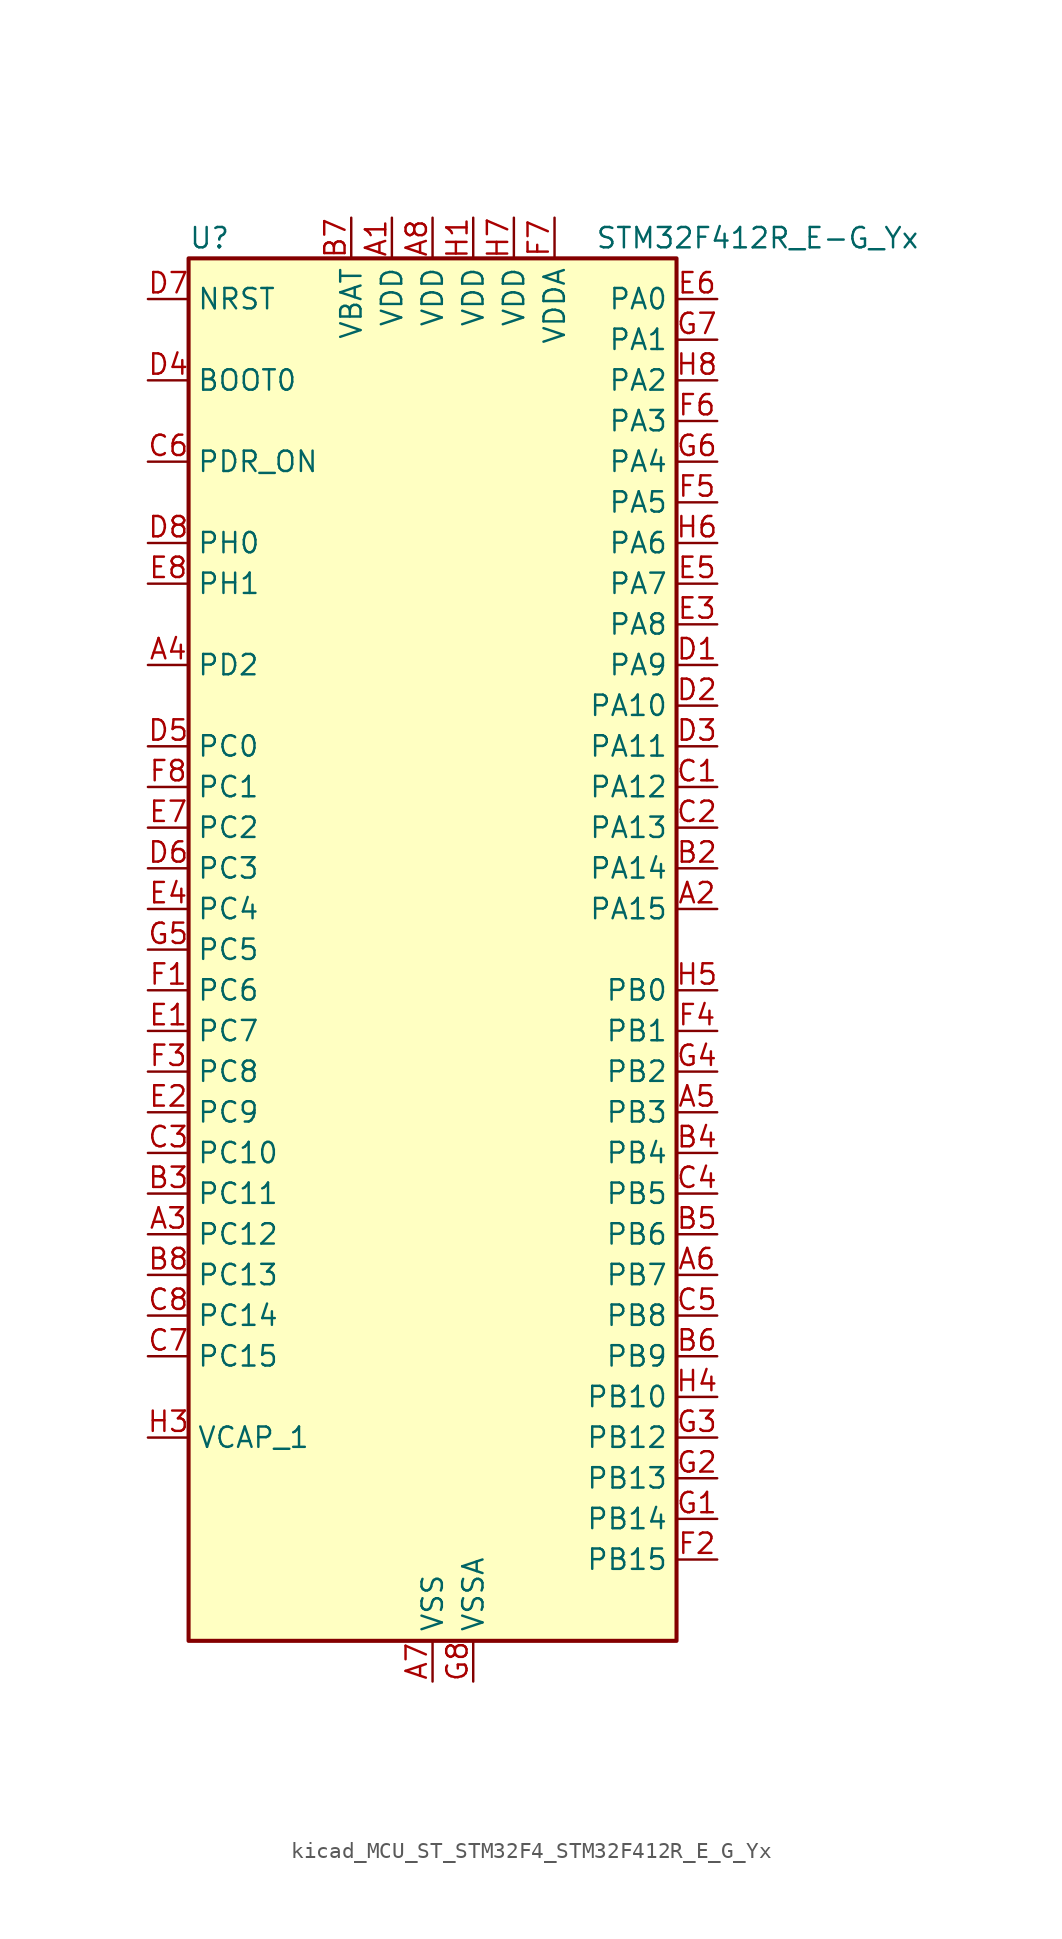
<source format=kicad_sym>
(kicad_symbol_lib
  (version 20220914)
  (generator kicad_symbol_editor)
  (symbol "kicad_MCU_ST_STM32F4_STM32F412R_E_G_Yx"
    (property "Reference" "U"
      (at -15.24 44.45 0)
      (effects (font (size 1.27 1.27)) (justify left)))
    (property "Value" "STM32F412R_E-G_Yx"
      (at 10.16 44.45 0)
      (effects (font (size 1.27 1.27)) (justify left)))
    (property "ki_locked" ""
      (at 0 0 0)
      (effects (font (size 1.27 1.27))))
    (symbol "kicad_MCU_ST_STM32F4_STM32F412R_E_G_Yx_0_1"
      (rectangle (start -15.24 -43.18) (end 15.24 43.18) (stroke (width 0.254) (type default)) (fill (type background))))
    (symbol "kicad_MCU_ST_STM32F4_STM32F412R_E_G_Yx_1_1"
      (pin power_in line (at -2.54 45.72 270) (length 2.54) (name "VDD" (effects (font (size 1.27 1.27)))) (number "A1" (effects (font (size 1.27 1.27)))))
      (pin bidirectional line (at 17.78 2.54 180) (length 2.54) (name "PA15" (effects (font (size 1.27 1.27)))) (number "A2" (effects (font (size 1.27 1.27)))) (alternate "ADC1_EXTI15" bidirectional line) (alternate "I2S1_WS" bidirectional line) (alternate "I2S3_WS" bidirectional line) (alternate "SPI1_NSS" bidirectional line) (alternate "SPI3_NSS" bidirectional line) (alternate "SYS_JTDI" bidirectional line) (alternate "TIM2_CH1" bidirectional line) (alternate "TIM2_ETR" bidirectional line) (alternate "USART1_TX" bidirectional line))
      (pin bidirectional line (at -17.78 -17.78 0) (length 2.54) (name "PC12" (effects (font (size 1.27 1.27)))) (number "A3" (effects (font (size 1.27 1.27)))) (alternate "FSMC_D3" bidirectional line) (alternate "FSMC_DA3" bidirectional line) (alternate "I2S3_SD" bidirectional line) (alternate "SDIO_CK" bidirectional line) (alternate "SPI3_MOSI" bidirectional line) (alternate "USART3_CK" bidirectional line))
      (pin bidirectional line (at -17.78 17.78 0) (length 2.54) (name "PD2" (effects (font (size 1.27 1.27)))) (number "A4" (effects (font (size 1.27 1.27)))) (alternate "FSMC_NWE" bidirectional line) (alternate "SDIO_CMD" bidirectional line) (alternate "TIM3_ETR" bidirectional line))
      (pin bidirectional line (at 17.78 -10.16 180) (length 2.54) (name "PB3" (effects (font (size 1.27 1.27)))) (number "A5" (effects (font (size 1.27 1.27)))) (alternate "FMPI2C1_SDA" bidirectional line) (alternate "I2C2_SDA" bidirectional line) (alternate "I2S1_CK" bidirectional line) (alternate "I2S3_CK" bidirectional line) (alternate "SPI1_SCK" bidirectional line) (alternate "SPI3_SCK" bidirectional line) (alternate "SYS_JTDO-SWO" bidirectional line) (alternate "TIM2_CH2" bidirectional line) (alternate "USART1_RX" bidirectional line))
      (pin bidirectional line (at 17.78 -20.32 180) (length 2.54) (name "PB7" (effects (font (size 1.27 1.27)))) (number "A6" (effects (font (size 1.27 1.27)))) (alternate "FSMC_NL" bidirectional line) (alternate "I2C1_SDA" bidirectional line) (alternate "TIM4_CH2" bidirectional line) (alternate "USART1_RX" bidirectional line))
      (pin power_in line (at 0 -45.72 90) (length 2.54) (name "VSS" (effects (font (size 1.27 1.27)))) (number "A7" (effects (font (size 1.27 1.27)))))
      (pin power_in line (at 0 45.72 270) (length 2.54) (name "VDD" (effects (font (size 1.27 1.27)))) (number "A8" (effects (font (size 1.27 1.27)))))
      (pin passive line (at 0 -45.72 90) (length 2.54) hide (name "VSS" (effects (font (size 1.27 1.27)))) (number "B1" (effects (font (size 1.27 1.27)))))
      (pin bidirectional line (at 17.78 5.08 180) (length 2.54) (name "PA14" (effects (font (size 1.27 1.27)))) (number "B2" (effects (font (size 1.27 1.27)))) (alternate "SYS_JTCK-SWCLK" bidirectional line))
      (pin bidirectional line (at -17.78 -15.24 0) (length 2.54) (name "PC11" (effects (font (size 1.27 1.27)))) (number "B3" (effects (font (size 1.27 1.27)))) (alternate "ADC1_EXTI11" bidirectional line) (alternate "FSMC_D2" bidirectional line) (alternate "FSMC_DA2" bidirectional line) (alternate "I2S3_ext_SD" bidirectional line) (alternate "QUADSPI_BK2_NCS" bidirectional line) (alternate "SDIO_D3" bidirectional line) (alternate "SPI3_MISO" bidirectional line) (alternate "USART3_RX" bidirectional line))
      (pin bidirectional line (at 17.78 -12.7 180) (length 2.54) (name "PB4" (effects (font (size 1.27 1.27)))) (number "B4" (effects (font (size 1.27 1.27)))) (alternate "I2C3_SDA" bidirectional line) (alternate "I2S3_ext_SD" bidirectional line) (alternate "SDIO_D0" bidirectional line) (alternate "SPI1_MISO" bidirectional line) (alternate "SPI3_MISO" bidirectional line) (alternate "SYS_JTRST" bidirectional line) (alternate "TIM3_CH1" bidirectional line))
      (pin bidirectional line (at 17.78 -17.78 180) (length 2.54) (name "PB6" (effects (font (size 1.27 1.27)))) (number "B5" (effects (font (size 1.27 1.27)))) (alternate "CAN2_TX" bidirectional line) (alternate "I2C1_SCL" bidirectional line) (alternate "QUADSPI_BK1_NCS" bidirectional line) (alternate "SDIO_D0" bidirectional line) (alternate "TIM4_CH1" bidirectional line) (alternate "USART1_TX" bidirectional line))
      (pin bidirectional line (at 17.78 -25.4 180) (length 2.54) (name "PB9" (effects (font (size 1.27 1.27)))) (number "B6" (effects (font (size 1.27 1.27)))) (alternate "CAN1_TX" bidirectional line) (alternate "I2C1_SDA" bidirectional line) (alternate "I2C2_SDA" bidirectional line) (alternate "I2S2_WS" bidirectional line) (alternate "SDIO_D5" bidirectional line) (alternate "SPI2_NSS" bidirectional line) (alternate "TIM11_CH1" bidirectional line) (alternate "TIM4_CH4" bidirectional line))
      (pin power_in line (at -5.08 45.72 270) (length 2.54) (name "VBAT" (effects (font (size 1.27 1.27)))) (number "B7" (effects (font (size 1.27 1.27)))))
      (pin bidirectional line (at -17.78 -20.32 0) (length 2.54) (name "PC13" (effects (font (size 1.27 1.27)))) (number "B8" (effects (font (size 1.27 1.27)))) (alternate "RTC_AF1" bidirectional line))
      (pin bidirectional line (at 17.78 10.16 180) (length 2.54) (name "PA12" (effects (font (size 1.27 1.27)))) (number "C1" (effects (font (size 1.27 1.27)))) (alternate "CAN1_TX" bidirectional line) (alternate "SPI5_MISO" bidirectional line) (alternate "TIM1_ETR" bidirectional line) (alternate "USART1_RTS" bidirectional line) (alternate "USART6_RX" bidirectional line) (alternate "USB_OTG_FS_DP" bidirectional line))
      (pin bidirectional line (at 17.78 7.62 180) (length 2.54) (name "PA13" (effects (font (size 1.27 1.27)))) (number "C2" (effects (font (size 1.27 1.27)))) (alternate "SYS_JTMS-SWDIO" bidirectional line))
      (pin bidirectional line (at -17.78 -12.7 0) (length 2.54) (name "PC10" (effects (font (size 1.27 1.27)))) (number "C3" (effects (font (size 1.27 1.27)))) (alternate "I2S3_CK" bidirectional line) (alternate "QUADSPI_BK1_IO1" bidirectional line) (alternate "SDIO_D2" bidirectional line) (alternate "SPI3_SCK" bidirectional line) (alternate "USART3_TX" bidirectional line))
      (pin bidirectional line (at 17.78 -15.24 180) (length 2.54) (name "PB5" (effects (font (size 1.27 1.27)))) (number "C4" (effects (font (size 1.27 1.27)))) (alternate "CAN2_RX" bidirectional line) (alternate "I2C1_SMBA" bidirectional line) (alternate "I2S1_SD" bidirectional line) (alternate "I2S3_SD" bidirectional line) (alternate "SDIO_D3" bidirectional line) (alternate "SPI1_MOSI" bidirectional line) (alternate "SPI3_MOSI" bidirectional line) (alternate "TIM3_CH2" bidirectional line))
      (pin bidirectional line (at 17.78 -22.86 180) (length 2.54) (name "PB8" (effects (font (size 1.27 1.27)))) (number "C5" (effects (font (size 1.27 1.27)))) (alternate "CAN1_RX" bidirectional line) (alternate "I2C1_SCL" bidirectional line) (alternate "I2C3_SDA" bidirectional line) (alternate "I2S5_SD" bidirectional line) (alternate "SDIO_D4" bidirectional line) (alternate "SPI5_MOSI" bidirectional line) (alternate "TIM10_CH1" bidirectional line) (alternate "TIM4_CH3" bidirectional line))
      (pin input line (at -17.78 30.48 0) (length 2.54) (name "PDR_ON" (effects (font (size 1.27 1.27)))) (number "C6" (effects (font (size 1.27 1.27)))))
      (pin bidirectional line (at -17.78 -25.4 0) (length 2.54) (name "PC15" (effects (font (size 1.27 1.27)))) (number "C7" (effects (font (size 1.27 1.27)))) (alternate "ADC1_EXTI15" bidirectional line) (alternate "RCC_OSC32_OUT" bidirectional line))
      (pin bidirectional line (at -17.78 -22.86 0) (length 2.54) (name "PC14" (effects (font (size 1.27 1.27)))) (number "C8" (effects (font (size 1.27 1.27)))) (alternate "RCC_OSC32_IN" bidirectional line))
      (pin bidirectional line (at 17.78 17.78 180) (length 2.54) (name "PA9" (effects (font (size 1.27 1.27)))) (number "D1" (effects (font (size 1.27 1.27)))) (alternate "I2C3_SMBA" bidirectional line) (alternate "SDIO_D2" bidirectional line) (alternate "TIM1_CH2" bidirectional line) (alternate "USART1_TX" bidirectional line) (alternate "USB_OTG_FS_VBUS" bidirectional line))
      (pin bidirectional line (at 17.78 15.24 180) (length 2.54) (name "PA10" (effects (font (size 1.27 1.27)))) (number "D2" (effects (font (size 1.27 1.27)))) (alternate "I2S5_SD" bidirectional line) (alternate "SPI5_MOSI" bidirectional line) (alternate "TIM1_CH3" bidirectional line) (alternate "USART1_RX" bidirectional line) (alternate "USB_OTG_FS_ID" bidirectional line))
      (pin bidirectional line (at 17.78 12.7 180) (length 2.54) (name "PA11" (effects (font (size 1.27 1.27)))) (number "D3" (effects (font (size 1.27 1.27)))) (alternate "ADC1_EXTI11" bidirectional line) (alternate "CAN1_RX" bidirectional line) (alternate "SPI4_MISO" bidirectional line) (alternate "TIM1_CH4" bidirectional line) (alternate "USART1_CTS" bidirectional line) (alternate "USART6_TX" bidirectional line) (alternate "USB_OTG_FS_DM" bidirectional line))
      (pin input line (at -17.78 35.56 0) (length 2.54) (name "BOOT0" (effects (font (size 1.27 1.27)))) (number "D4" (effects (font (size 1.27 1.27)))))
      (pin bidirectional line (at -17.78 12.7 0) (length 2.54) (name "PC0" (effects (font (size 1.27 1.27)))) (number "D5" (effects (font (size 1.27 1.27)))) (alternate "ADC1_IN10" bidirectional line) (alternate "SYS_WKUP2" bidirectional line))
      (pin bidirectional line (at -17.78 5.08 0) (length 2.54) (name "PC3" (effects (font (size 1.27 1.27)))) (number "D6" (effects (font (size 1.27 1.27)))) (alternate "ADC1_IN13" bidirectional line) (alternate "FSMC_A0" bidirectional line) (alternate "I2S2_SD" bidirectional line) (alternate "SPI2_MOSI" bidirectional line))
      (pin input line (at -17.78 40.64 0) (length 2.54) (name "NRST" (effects (font (size 1.27 1.27)))) (number "D7" (effects (font (size 1.27 1.27)))))
      (pin bidirectional line (at -17.78 25.4 0) (length 2.54) (name "PH0" (effects (font (size 1.27 1.27)))) (number "D8" (effects (font (size 1.27 1.27)))) (alternate "RCC_OSC_IN" bidirectional line))
      (pin bidirectional line (at -17.78 -5.08 0) (length 2.54) (name "PC7" (effects (font (size 1.27 1.27)))) (number "E1" (effects (font (size 1.27 1.27)))) (alternate "DFSDM1_DATIN3" bidirectional line) (alternate "FMPI2C1_SDA" bidirectional line) (alternate "I2S2_CK" bidirectional line) (alternate "I2S3_MCK" bidirectional line) (alternate "SDIO_D7" bidirectional line) (alternate "SPI2_SCK" bidirectional line) (alternate "TIM3_CH2" bidirectional line) (alternate "TIM8_CH2" bidirectional line) (alternate "USART6_RX" bidirectional line))
      (pin bidirectional line (at -17.78 -10.16 0) (length 2.54) (name "PC9" (effects (font (size 1.27 1.27)))) (number "E2" (effects (font (size 1.27 1.27)))) (alternate "I2C3_SDA" bidirectional line) (alternate "I2S_CKIN" bidirectional line) (alternate "QUADSPI_BK1_IO0" bidirectional line) (alternate "RCC_MCO_2" bidirectional line) (alternate "SDIO_D1" bidirectional line) (alternate "TIM3_CH4" bidirectional line) (alternate "TIM8_CH4" bidirectional line))
      (pin bidirectional line (at 17.78 20.32 180) (length 2.54) (name "PA8" (effects (font (size 1.27 1.27)))) (number "E3" (effects (font (size 1.27 1.27)))) (alternate "I2C3_SCL" bidirectional line) (alternate "RCC_MCO_1" bidirectional line) (alternate "SDIO_D1" bidirectional line) (alternate "TIM1_CH1" bidirectional line) (alternate "USART1_CK" bidirectional line) (alternate "USB_OTG_FS_SOF" bidirectional line))
      (pin bidirectional line (at -17.78 2.54 0) (length 2.54) (name "PC4" (effects (font (size 1.27 1.27)))) (number "E4" (effects (font (size 1.27 1.27)))) (alternate "ADC1_IN14" bidirectional line) (alternate "FSMC_NE4" bidirectional line) (alternate "I2S1_MCK" bidirectional line) (alternate "QUADSPI_BK2_IO2" bidirectional line))
      (pin bidirectional line (at 17.78 22.86 180) (length 2.54) (name "PA7" (effects (font (size 1.27 1.27)))) (number "E5" (effects (font (size 1.27 1.27)))) (alternate "ADC1_IN7" bidirectional line) (alternate "I2S1_SD" bidirectional line) (alternate "QUADSPI_BK2_IO1" bidirectional line) (alternate "SPI1_MOSI" bidirectional line) (alternate "TIM14_CH1" bidirectional line) (alternate "TIM1_CH1N" bidirectional line) (alternate "TIM3_CH2" bidirectional line) (alternate "TIM8_CH1N" bidirectional line))
      (pin bidirectional line (at 17.78 40.64 180) (length 2.54) (name "PA0" (effects (font (size 1.27 1.27)))) (number "E6" (effects (font (size 1.27 1.27)))) (alternate "ADC1_IN0" bidirectional line) (alternate "SYS_WKUP1" bidirectional line) (alternate "TIM2_CH1" bidirectional line) (alternate "TIM2_ETR" bidirectional line) (alternate "TIM5_CH1" bidirectional line) (alternate "TIM8_ETR" bidirectional line) (alternate "USART2_CTS" bidirectional line))
      (pin bidirectional line (at -17.78 7.62 0) (length 2.54) (name "PC2" (effects (font (size 1.27 1.27)))) (number "E7" (effects (font (size 1.27 1.27)))) (alternate "ADC1_IN12" bidirectional line) (alternate "DFSDM1_CKOUT" bidirectional line) (alternate "FSMC_NWE" bidirectional line) (alternate "I2S2_ext_SD" bidirectional line) (alternate "SPI2_MISO" bidirectional line))
      (pin bidirectional line (at -17.78 22.86 0) (length 2.54) (name "PH1" (effects (font (size 1.27 1.27)))) (number "E8" (effects (font (size 1.27 1.27)))) (alternate "RCC_OSC_OUT" bidirectional line))
      (pin bidirectional line (at -17.78 -2.54 0) (length 2.54) (name "PC6" (effects (font (size 1.27 1.27)))) (number "F1" (effects (font (size 1.27 1.27)))) (alternate "DFSDM1_CKIN3" bidirectional line) (alternate "FMPI2C1_SCL" bidirectional line) (alternate "FSMC_D1" bidirectional line) (alternate "FSMC_DA1" bidirectional line) (alternate "I2S2_MCK" bidirectional line) (alternate "SDIO_D6" bidirectional line) (alternate "TIM3_CH1" bidirectional line) (alternate "TIM8_CH1" bidirectional line) (alternate "USART6_TX" bidirectional line))
      (pin bidirectional line (at 17.78 -38.1 180) (length 2.54) (name "PB15" (effects (font (size 1.27 1.27)))) (number "F2" (effects (font (size 1.27 1.27)))) (alternate "ADC1_EXTI15" bidirectional line) (alternate "DFSDM1_CKIN2" bidirectional line) (alternate "FMPI2C1_SCL" bidirectional line) (alternate "I2S2_SD" bidirectional line) (alternate "RTC_REFIN" bidirectional line) (alternate "SDIO_CK" bidirectional line) (alternate "SPI2_MOSI" bidirectional line) (alternate "TIM12_CH2" bidirectional line) (alternate "TIM1_CH3N" bidirectional line) (alternate "TIM8_CH3N" bidirectional line))
      (pin bidirectional line (at -17.78 -7.62 0) (length 2.54) (name "PC8" (effects (font (size 1.27 1.27)))) (number "F3" (effects (font (size 1.27 1.27)))) (alternate "QUADSPI_BK1_IO2" bidirectional line) (alternate "SDIO_D0" bidirectional line) (alternate "TIM3_CH3" bidirectional line) (alternate "TIM8_CH3" bidirectional line) (alternate "USART6_CK" bidirectional line))
      (pin bidirectional line (at 17.78 -5.08 180) (length 2.54) (name "PB1" (effects (font (size 1.27 1.27)))) (number "F4" (effects (font (size 1.27 1.27)))) (alternate "ADC1_IN9" bidirectional line) (alternate "DFSDM1_DATIN0" bidirectional line) (alternate "I2S5_WS" bidirectional line) (alternate "QUADSPI_CLK" bidirectional line) (alternate "SPI5_NSS" bidirectional line) (alternate "TIM1_CH3N" bidirectional line) (alternate "TIM3_CH4" bidirectional line) (alternate "TIM8_CH3N" bidirectional line))
      (pin bidirectional line (at 17.78 27.94 180) (length 2.54) (name "PA5" (effects (font (size 1.27 1.27)))) (number "F5" (effects (font (size 1.27 1.27)))) (alternate "ADC1_IN5" bidirectional line) (alternate "DFSDM1_CKIN1" bidirectional line) (alternate "FSMC_D7" bidirectional line) (alternate "FSMC_DA7" bidirectional line) (alternate "I2S1_CK" bidirectional line) (alternate "SPI1_SCK" bidirectional line) (alternate "TIM2_CH1" bidirectional line) (alternate "TIM2_ETR" bidirectional line) (alternate "TIM8_CH1N" bidirectional line))
      (pin bidirectional line (at 17.78 33.02 180) (length 2.54) (name "PA3" (effects (font (size 1.27 1.27)))) (number "F6" (effects (font (size 1.27 1.27)))) (alternate "ADC1_IN3" bidirectional line) (alternate "FSMC_D5" bidirectional line) (alternate "FSMC_DA5" bidirectional line) (alternate "I2S2_MCK" bidirectional line) (alternate "TIM2_CH4" bidirectional line) (alternate "TIM5_CH4" bidirectional line) (alternate "TIM9_CH2" bidirectional line) (alternate "USART2_RX" bidirectional line))
      (pin power_in line (at 7.62 45.72 270) (length 2.54) (name "VDDA" (effects (font (size 1.27 1.27)))) (number "F7" (effects (font (size 1.27 1.27)))))
      (pin bidirectional line (at -17.78 10.16 0) (length 2.54) (name "PC1" (effects (font (size 1.27 1.27)))) (number "F8" (effects (font (size 1.27 1.27)))) (alternate "ADC1_IN11" bidirectional line) (alternate "SYS_WKUP3" bidirectional line))
      (pin bidirectional line (at 17.78 -35.56 180) (length 2.54) (name "PB14" (effects (font (size 1.27 1.27)))) (number "G1" (effects (font (size 1.27 1.27)))) (alternate "DFSDM1_DATIN2" bidirectional line) (alternate "FMPI2C1_SDA" bidirectional line) (alternate "FSMC_D0" bidirectional line) (alternate "FSMC_DA0" bidirectional line) (alternate "I2S2_ext_SD" bidirectional line) (alternate "SDIO_D6" bidirectional line) (alternate "SPI2_MISO" bidirectional line) (alternate "TIM12_CH1" bidirectional line) (alternate "TIM1_CH2N" bidirectional line) (alternate "TIM8_CH2N" bidirectional line) (alternate "USART3_RTS" bidirectional line))
      (pin bidirectional line (at 17.78 -33.02 180) (length 2.54) (name "PB13" (effects (font (size 1.27 1.27)))) (number "G2" (effects (font (size 1.27 1.27)))) (alternate "CAN2_TX" bidirectional line) (alternate "DFSDM1_CKIN1" bidirectional line) (alternate "FMPI2C1_SMBA" bidirectional line) (alternate "I2S2_CK" bidirectional line) (alternate "I2S4_CK" bidirectional line) (alternate "SPI2_SCK" bidirectional line) (alternate "SPI4_SCK" bidirectional line) (alternate "TIM1_CH1N" bidirectional line) (alternate "USART3_CTS" bidirectional line))
      (pin bidirectional line (at 17.78 -30.48 180) (length 2.54) (name "PB12" (effects (font (size 1.27 1.27)))) (number "G3" (effects (font (size 1.27 1.27)))) (alternate "CAN2_RX" bidirectional line) (alternate "DFSDM1_DATIN1" bidirectional line) (alternate "I2C2_SMBA" bidirectional line) (alternate "I2S2_WS" bidirectional line) (alternate "I2S3_CK" bidirectional line) (alternate "I2S4_WS" bidirectional line) (alternate "SPI2_NSS" bidirectional line) (alternate "SPI3_SCK" bidirectional line) (alternate "SPI4_NSS" bidirectional line) (alternate "TIM1_BKIN" bidirectional line) (alternate "USART3_CK" bidirectional line))
      (pin bidirectional line (at 17.78 -7.62 180) (length 2.54) (name "PB2" (effects (font (size 1.27 1.27)))) (number "G4" (effects (font (size 1.27 1.27)))) (alternate "DFSDM1_CKIN0" bidirectional line) (alternate "QUADSPI_CLK" bidirectional line))
      (pin bidirectional line (at -17.78 0 0) (length 2.54) (name "PC5" (effects (font (size 1.27 1.27)))) (number "G5" (effects (font (size 1.27 1.27)))) (alternate "ADC1_IN15" bidirectional line) (alternate "FMPI2C1_SMBA" bidirectional line) (alternate "FSMC_NOE" bidirectional line) (alternate "QUADSPI_BK2_IO3" bidirectional line) (alternate "USART3_RX" bidirectional line))
      (pin bidirectional line (at 17.78 30.48 180) (length 2.54) (name "PA4" (effects (font (size 1.27 1.27)))) (number "G6" (effects (font (size 1.27 1.27)))) (alternate "ADC1_IN4" bidirectional line) (alternate "DFSDM1_DATIN1" bidirectional line) (alternate "FSMC_D6" bidirectional line) (alternate "FSMC_DA6" bidirectional line) (alternate "I2S1_WS" bidirectional line) (alternate "I2S3_WS" bidirectional line) (alternate "SPI1_NSS" bidirectional line) (alternate "SPI3_NSS" bidirectional line) (alternate "USART2_CK" bidirectional line))
      (pin bidirectional line (at 17.78 38.1 180) (length 2.54) (name "PA1" (effects (font (size 1.27 1.27)))) (number "G7" (effects (font (size 1.27 1.27)))) (alternate "ADC1_IN1" bidirectional line) (alternate "I2S4_SD" bidirectional line) (alternate "QUADSPI_BK1_IO3" bidirectional line) (alternate "SPI4_MOSI" bidirectional line) (alternate "TIM2_CH2" bidirectional line) (alternate "TIM5_CH2" bidirectional line) (alternate "USART2_RTS" bidirectional line))
      (pin power_in line (at 2.54 -45.72 90) (length 2.54) (name "VSSA" (effects (font (size 1.27 1.27)))) (number "G8" (effects (font (size 1.27 1.27)))))
      (pin power_in line (at 2.54 45.72 270) (length 2.54) (name "VDD" (effects (font (size 1.27 1.27)))) (number "H1" (effects (font (size 1.27 1.27)))))
      (pin passive line (at 0 -45.72 90) (length 2.54) hide (name "VSS" (effects (font (size 1.27 1.27)))) (number "H2" (effects (font (size 1.27 1.27)))))
      (pin power_out line (at -17.78 -30.48 0) (length 2.54) (name "VCAP_1" (effects (font (size 1.27 1.27)))) (number "H3" (effects (font (size 1.27 1.27)))))
      (pin bidirectional line (at 17.78 -27.94 180) (length 2.54) (name "PB10" (effects (font (size 1.27 1.27)))) (number "H4" (effects (font (size 1.27 1.27)))) (alternate "FMPI2C1_SCL" bidirectional line) (alternate "I2C2_SCL" bidirectional line) (alternate "I2S2_CK" bidirectional line) (alternate "I2S3_MCK" bidirectional line) (alternate "SDIO_D7" bidirectional line) (alternate "SPI2_SCK" bidirectional line) (alternate "TIM2_CH3" bidirectional line) (alternate "USART3_TX" bidirectional line))
      (pin bidirectional line (at 17.78 -2.54 180) (length 2.54) (name "PB0" (effects (font (size 1.27 1.27)))) (number "H5" (effects (font (size 1.27 1.27)))) (alternate "ADC1_IN8" bidirectional line) (alternate "I2S5_CK" bidirectional line) (alternate "SPI5_SCK" bidirectional line) (alternate "TIM1_CH2N" bidirectional line) (alternate "TIM3_CH3" bidirectional line) (alternate "TIM8_CH2N" bidirectional line))
      (pin bidirectional line (at 17.78 25.4 180) (length 2.54) (name "PA6" (effects (font (size 1.27 1.27)))) (number "H6" (effects (font (size 1.27 1.27)))) (alternate "ADC1_IN6" bidirectional line) (alternate "I2S2_MCK" bidirectional line) (alternate "QUADSPI_BK2_IO0" bidirectional line) (alternate "SDIO_CMD" bidirectional line) (alternate "SPI1_MISO" bidirectional line) (alternate "TIM13_CH1" bidirectional line) (alternate "TIM1_BKIN" bidirectional line) (alternate "TIM3_CH1" bidirectional line) (alternate "TIM8_BKIN" bidirectional line))
      (pin power_in line (at 5.08 45.72 270) (length 2.54) (name "VDD" (effects (font (size 1.27 1.27)))) (number "H7" (effects (font (size 1.27 1.27)))))
      (pin bidirectional line (at 17.78 35.56 180) (length 2.54) (name "PA2" (effects (font (size 1.27 1.27)))) (number "H8" (effects (font (size 1.27 1.27)))) (alternate "ADC1_IN2" bidirectional line) (alternate "FSMC_D4" bidirectional line) (alternate "FSMC_DA4" bidirectional line) (alternate "I2S_CKIN" bidirectional line) (alternate "TIM2_CH3" bidirectional line) (alternate "TIM5_CH3" bidirectional line) (alternate "TIM9_CH1" bidirectional line) (alternate "USART2_TX" bidirectional line)))))
</source>
